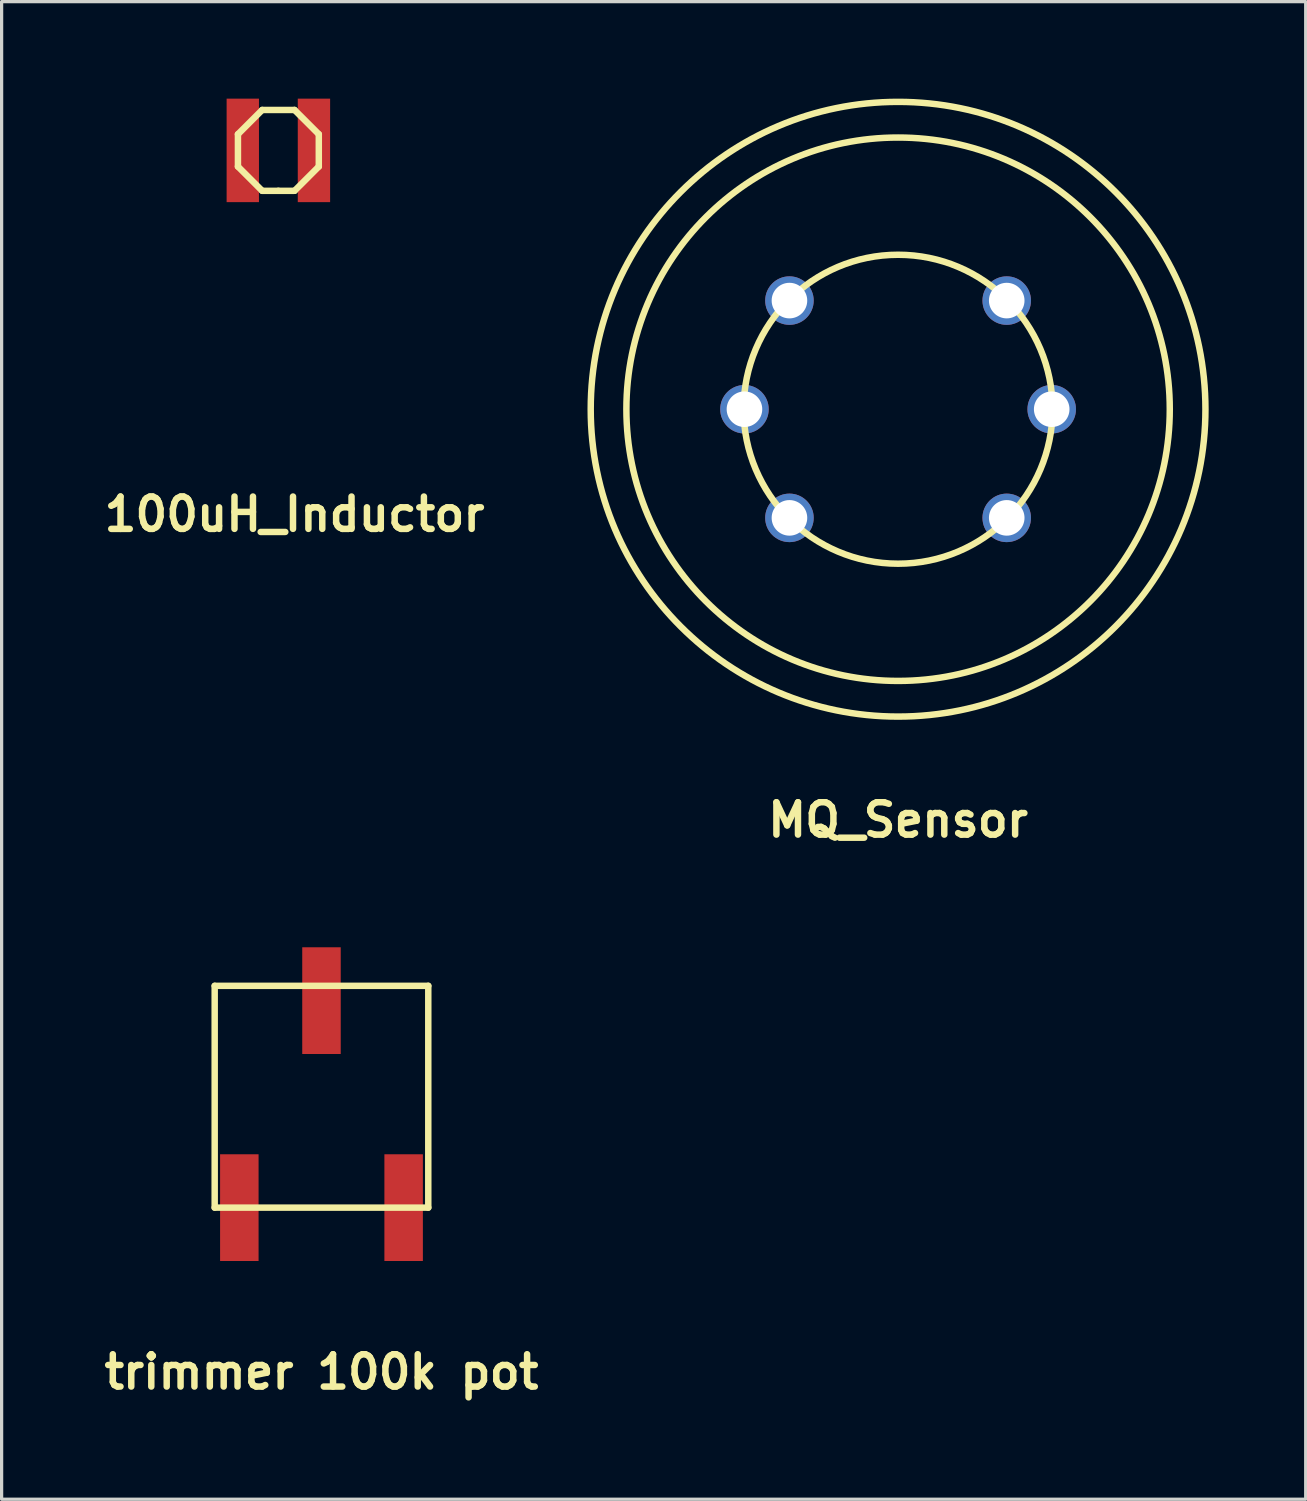
<source format=kicad_pcb>
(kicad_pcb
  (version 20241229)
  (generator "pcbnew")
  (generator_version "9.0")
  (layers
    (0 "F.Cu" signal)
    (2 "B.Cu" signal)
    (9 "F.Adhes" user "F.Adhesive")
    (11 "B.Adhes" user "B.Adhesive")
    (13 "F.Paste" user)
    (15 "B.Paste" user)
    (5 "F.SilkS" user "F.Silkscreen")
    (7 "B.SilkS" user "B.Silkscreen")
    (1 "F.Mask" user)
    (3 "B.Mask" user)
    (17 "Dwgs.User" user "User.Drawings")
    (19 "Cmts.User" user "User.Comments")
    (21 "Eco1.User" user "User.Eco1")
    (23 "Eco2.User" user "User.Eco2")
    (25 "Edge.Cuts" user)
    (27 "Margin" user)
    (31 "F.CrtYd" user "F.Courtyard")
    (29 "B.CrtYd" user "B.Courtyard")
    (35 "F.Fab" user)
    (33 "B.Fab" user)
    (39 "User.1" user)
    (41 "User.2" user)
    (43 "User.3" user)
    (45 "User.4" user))
  (footprint "100uH_Inductor"
    (layer "F.Cu")
    (at 5.557 1.6)
    (property "Reference" "100uH_Inductor" (at 0.5 11.25 0) (layer "F.SilkS") (effects (font (size 1 1) (thickness 0.2))))
    (attr through_hole)
    (fp_line (start -1.25 -0.5) (end -0.5 -1.25) (stroke (width 0.2) (type solid)) (layer "F.SilkS"))
    (fp_line (start -1.25 0.5) (end -1.25 -0.5) (stroke (width 0.2) (type solid)) (layer "F.SilkS"))
    (fp_line (start -0.5 -1.25) (end 0.5 -1.25) (stroke (width 0.2) (type solid)) (layer "F.SilkS"))
    (fp_line (start -0.5 1.25) (end -1.25 0.5) (stroke (width 0.2) (type solid)) (layer "F.SilkS"))
    (fp_line (start 0 1.25) (end -0.5 1.25) (stroke (width 0.2) (type solid)) (layer "F.SilkS"))
    (fp_line (start 0.5 -1.25) (end 1.25 -0.5) (stroke (width 0.2) (type solid)) (layer "F.SilkS"))
    (fp_line (start 0.5 1.25) (end 0 1.25) (stroke (width 0.2) (type solid)) (layer "F.SilkS"))
    (fp_line (start 1.25 -0.5) (end 1.25 0.5) (stroke (width 0.2) (type solid)) (layer "F.SilkS"))
    (fp_line (start 1.25 0.5) (end 0.5 1.25) (stroke (width 0.2) (type solid)) (layer "F.SilkS"))
    (pad "1" smd rect (at -1.1 0) (size 1 3.2) (layers "F.Cu" "F.Mask" "F.Paste"))
    (pad "2" smd rect (at 1.1 0) (size 1 3.2) (layers "F.Cu" "F.Mask" "F.Paste")))
  (footprint "trimmer 100k pot"
    (layer "F.Cu")
    (at 4.35 34.289)
    (property "Reference" "trimmer 100k pot" (at 2.54 5.08 0) (layer "F.SilkS") (effects (font (size 1 1) (thickness 0.2))))
    (attr through_hole)
    (fp_line (start -0.762 -6.858) (end 5.842 -6.858) (stroke (width 0.2) (type solid)) (layer "F.SilkS"))
    (fp_line (start -0.762 0) (end -0.762 -6.858) (stroke (width 0.2) (type solid)) (layer "F.SilkS"))
    (fp_line (start -0.762 0) (end 5.842 0) (stroke (width 0.2) (type solid)) (layer "F.SilkS"))
    (fp_line (start 5.842 0) (end 5.842 -6.858) (stroke (width 0.2) (type solid)) (layer "F.SilkS"))
    (pad "1" smd rect (at 0 0) (size 1.19 3.3) (layers "F.Cu" "F.Mask" "F.Paste"))
    (pad "2" smd rect (at 2.54 -6.4) (size 1.19 3.3) (layers "F.Cu" "F.Mask" "F.Paste"))
    (pad "3" smd rect (at 5.08 0) (size 1.19 3.3) (layers "F.Cu" "F.Mask" "F.Paste")))
  (footprint "MQ_Sensor"
    (layer "F.Cu")
    (at 24.718 9.603)
    (property "Reference" "MQ_Sensor" (at 0 12.7 0) (layer "F.SilkS") (effects (font (size 1 1) (thickness 0.2))))
    (attr through_hole)
    (fp_circle (center 0 0) (end 4.75 -0.5) (stroke (width 0.2) (type solid)) (fill no) (layer "F.SilkS"))
    (fp_circle (center 0 0) (end 8.4 -0.1) (stroke (width 0.2) (type solid)) (fill no) (layer "F.SilkS"))
    (fp_circle (center 0 0) (end 9.5 0.25) (stroke (width 0.2) (type solid)) (fill no) (layer "F.SilkS"))
    (pad "1" thru_hole circle (at -3.359 -3.359) (size 1.5 1.5) (drill 1.1) (layers "*.Cu" "*.Mask"))
    (pad "2" thru_hole circle (at -4.75 0) (size 1.5 1.5) (drill 1.1) (layers "*.Cu" "*.Mask"))
    (pad "3" thru_hole circle (at -3.359 3.359) (size 1.5 1.5) (drill 1.1) (layers "*.Cu" "*.Mask"))
    (pad "4" thru_hole circle (at 3.359 3.359) (size 1.5 1.5) (drill 1.1) (layers "*.Cu" "*.Mask"))
    (pad "5" thru_hole circle (at 4.75 0) (size 1.5 1.5) (drill 1.1) (layers "*.Cu" "*.Mask"))
    (pad "6" thru_hole circle (at 3.359 -3.359) (size 1.5 1.5) (drill 1.1) (layers "*.Cu" "*.Mask")))
  (gr_rect
    (start -3 -3)
    (end 37.321 43.305)
    (stroke (width 0.1) (type default))
    (fill no)
    (layer "Edge.Cuts")))
</source>
